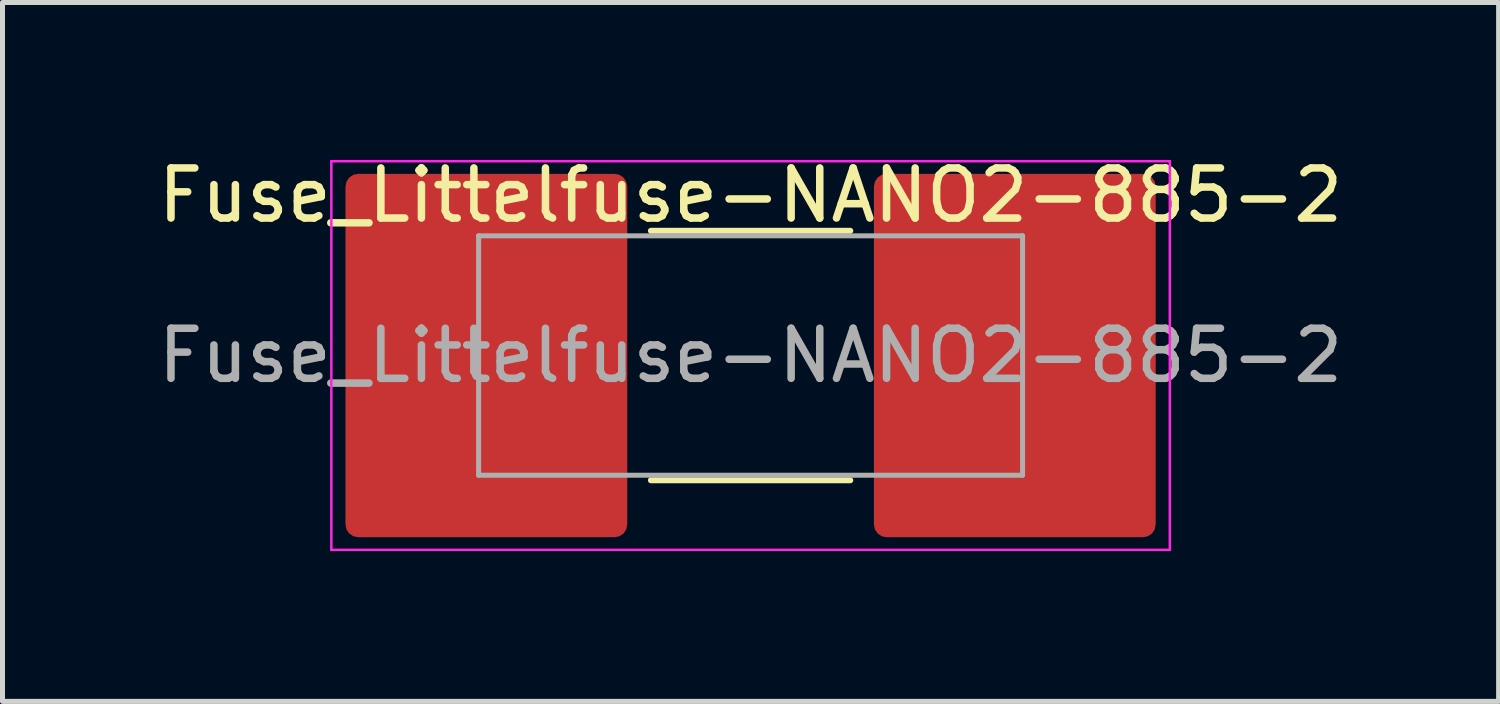
<source format=kicad_pcb>
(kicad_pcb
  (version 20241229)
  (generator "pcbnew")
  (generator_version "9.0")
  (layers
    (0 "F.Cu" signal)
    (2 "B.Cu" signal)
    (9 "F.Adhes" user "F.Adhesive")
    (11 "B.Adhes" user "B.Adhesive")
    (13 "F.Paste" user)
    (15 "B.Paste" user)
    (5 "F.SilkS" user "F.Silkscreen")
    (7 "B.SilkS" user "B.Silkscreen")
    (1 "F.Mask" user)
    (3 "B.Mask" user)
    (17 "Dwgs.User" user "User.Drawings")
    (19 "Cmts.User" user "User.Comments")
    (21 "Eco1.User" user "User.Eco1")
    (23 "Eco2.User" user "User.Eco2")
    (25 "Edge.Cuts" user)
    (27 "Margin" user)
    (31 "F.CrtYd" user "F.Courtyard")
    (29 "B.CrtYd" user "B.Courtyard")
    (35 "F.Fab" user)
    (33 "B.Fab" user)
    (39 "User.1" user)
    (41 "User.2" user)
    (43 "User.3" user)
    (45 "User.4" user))
  (footprint "Fuse_Littelfuse-NANO2-885-2"
    (layer "F.Cu")
    (at 11.935 4.048)
    (property "Reference" "Fuse_Littelfuse-NANO2-885-2" (at 0 -3.2 0) (unlocked yes) (layer "F.SilkS") (effects (font (size 1 1) (thickness 0.15))))
    (attr smd)
    (fp_line (start -1.99 -2.49) (end 1.99 -2.49) (stroke (width 0.12) (type solid)) (layer "F.SilkS"))
    (fp_line (start -1.99 2.49) (end 1.99 2.49) (stroke (width 0.12) (type solid)) (layer "F.SilkS"))
    (fp_line (start -8.37 -3.88) (end -8.37 3.88) (stroke (width 0.05) (type default)) (layer "F.CrtYd"))
    (fp_line (start -8.37 -3.88) (end 8.37 -3.88) (stroke (width 0.05) (type solid)) (layer "F.CrtYd"))
    (fp_line (start 8.37 -3.88) (end 8.37 3.88) (stroke (width 0.05) (type default)) (layer "F.CrtYd"))
    (fp_line (start 8.37 3.88) (end -8.37 3.88) (stroke (width 0.05) (type solid)) (layer "F.CrtYd"))
    (fp_line (start -5.43 -2.39) (end -5.43 2.39) (stroke (width 0.1) (type default)) (layer "F.Fab"))
    (fp_line (start -5.43 -2.39) (end 5.43 -2.39) (stroke (width 0.1) (type solid)) (layer "F.Fab"))
    (fp_line (start -5.43 2.39) (end 5.43 2.39) (stroke (width 0.1) (type solid)) (layer "F.Fab"))
    (fp_line (start 5.43 -2.39) (end 5.43 2.39) (stroke (width 0.1) (type default)) (layer "F.Fab"))
    (fp_text user "${REFERENCE}" (at 0 0 0) (layer "F.Fab") (effects (font (size 1 1) (thickness 0.15))))
    (pad "1" smd roundrect (at -5.275 0) (size 5.625 7.255) (layers "F.Cu" "F.Mask" "F.Paste") (roundrect_rratio 0.045))
    (pad "2" smd roundrect (at 5.275 0) (size 5.625 7.255) (layers "F.Cu" "F.Mask" "F.Paste") (roundrect_rratio 0.045)))
  (gr_rect
    (start -3 -3)
    (end 26.869 10.953)
    (stroke (width 0.1) (type default))
    (fill no)
    (layer "Edge.Cuts")))
</source>
